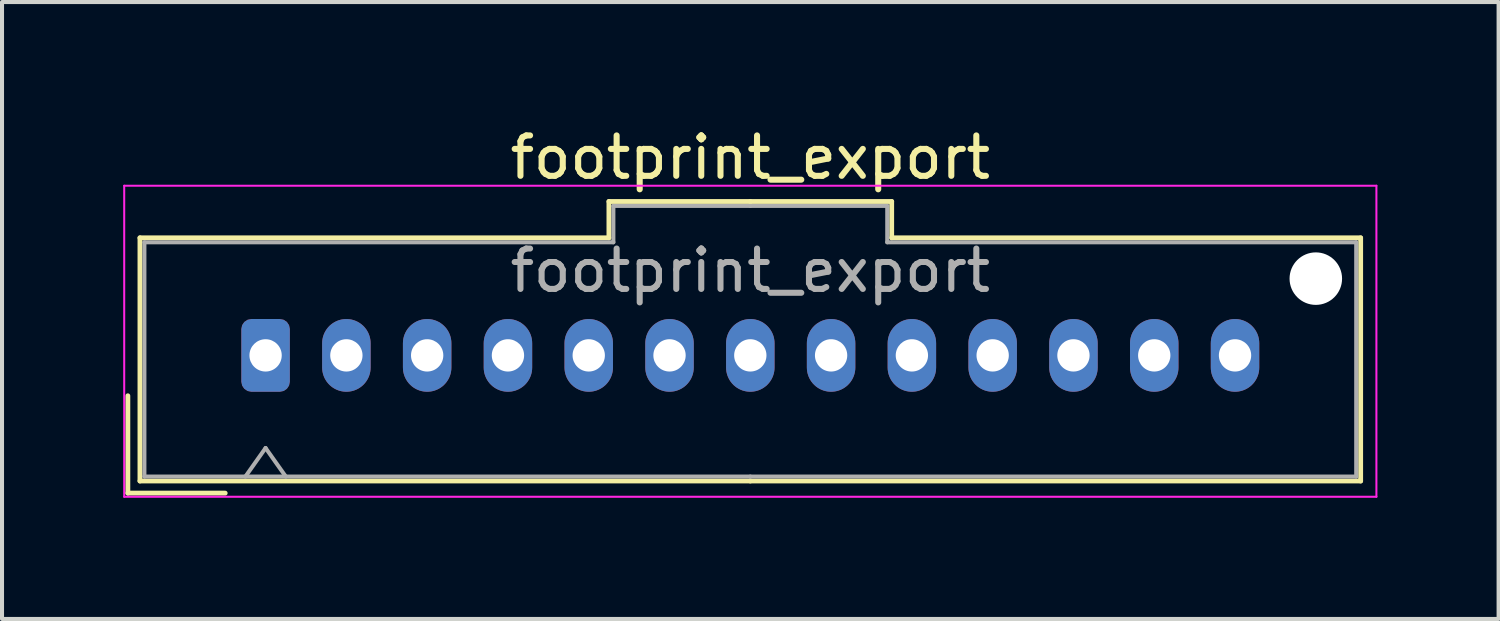
<source format=kicad_pcb>
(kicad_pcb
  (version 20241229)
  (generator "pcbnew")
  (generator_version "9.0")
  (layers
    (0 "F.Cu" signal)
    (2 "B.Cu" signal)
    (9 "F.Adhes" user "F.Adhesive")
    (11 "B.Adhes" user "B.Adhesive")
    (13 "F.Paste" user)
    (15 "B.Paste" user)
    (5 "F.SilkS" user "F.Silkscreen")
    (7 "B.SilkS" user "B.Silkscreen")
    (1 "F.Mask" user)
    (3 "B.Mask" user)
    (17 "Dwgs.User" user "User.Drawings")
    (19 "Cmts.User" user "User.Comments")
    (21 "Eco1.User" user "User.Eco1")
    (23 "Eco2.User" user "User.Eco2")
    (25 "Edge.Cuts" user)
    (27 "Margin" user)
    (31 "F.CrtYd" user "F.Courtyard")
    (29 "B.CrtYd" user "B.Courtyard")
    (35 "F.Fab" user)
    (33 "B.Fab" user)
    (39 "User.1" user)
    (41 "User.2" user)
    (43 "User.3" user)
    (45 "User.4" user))
  (footprint "footprint_export"
    (layer "F.Cu")
    (at 3.525 5.748)
    (property "Reference" "footprint_export" (at 12 -4.9 0) (layer "F.SilkS") (effects (font (size 1 1) (thickness 0.15))))
    (attr through_hole)
    (fp_line (start -3.41 1) (end -3.41 3.41) (stroke (width 0.12) (type solid)) (layer "F.SilkS"))
    (fp_line (start -3.41 3.41) (end -1 3.41) (stroke (width 0.12) (type solid)) (layer "F.SilkS"))
    (fp_line (start -3.11 -2.91) (end -3.11 3.11) (stroke (width 0.12) (type solid)) (layer "F.SilkS"))
    (fp_line (start -3.11 3.11) (end 12 3.11) (stroke (width 0.12) (type solid)) (layer "F.SilkS"))
    (fp_line (start 8.5 -3.81) (end 8.5 -2.91) (stroke (width 0.12) (type solid)) (layer "F.SilkS"))
    (fp_line (start 8.5 -2.91) (end -3.11 -2.91) (stroke (width 0.12) (type solid)) (layer "F.SilkS"))
    (fp_line (start 12 -3.81) (end 8.5 -3.81) (stroke (width 0.12) (type solid)) (layer "F.SilkS"))
    (fp_line (start 12 -3.81) (end 15.5 -3.81) (stroke (width 0.12) (type solid)) (layer "F.SilkS"))
    (fp_line (start 15.5 -3.81) (end 15.5 -2.91) (stroke (width 0.12) (type solid)) (layer "F.SilkS"))
    (fp_line (start 15.5 -2.91) (end 27.11 -2.91) (stroke (width 0.12) (type solid)) (layer "F.SilkS"))
    (fp_line (start 27.11 -2.91) (end 27.11 3.11) (stroke (width 0.12) (type solid)) (layer "F.SilkS"))
    (fp_line (start 27.11 3.11) (end 12 3.11) (stroke (width 0.12) (type solid)) (layer "F.SilkS"))
    (fp_line (start -3.5 -4.2) (end -3.5 3.5) (stroke (width 0.05) (type solid)) (layer "F.CrtYd"))
    (fp_line (start -3.5 3.5) (end 27.5 3.5) (stroke (width 0.05) (type solid)) (layer "F.CrtYd"))
    (fp_line (start 27.5 -4.2) (end -3.5 -4.2) (stroke (width 0.05) (type solid)) (layer "F.CrtYd"))
    (fp_line (start 27.5 3.5) (end 27.5 -4.2) (stroke (width 0.05) (type solid)) (layer "F.CrtYd"))
    (fp_line (start -3 -2.8) (end -3 3) (stroke (width 0.1) (type solid)) (layer "F.Fab"))
    (fp_line (start -3 3) (end 12 3) (stroke (width 0.1) (type solid)) (layer "F.Fab"))
    (fp_line (start -0.5 3) (end 0 2.293) (stroke (width 0.1) (type solid)) (layer "F.Fab"))
    (fp_line (start 0 2.293) (end 0.5 3) (stroke (width 0.1) (type solid)) (layer "F.Fab"))
    (fp_line (start 8.61 -3.7) (end 8.61 -2.8) (stroke (width 0.1) (type solid)) (layer "F.Fab"))
    (fp_line (start 8.61 -2.8) (end -3 -2.8) (stroke (width 0.1) (type solid)) (layer "F.Fab"))
    (fp_line (start 12 -3.7) (end 8.61 -3.7) (stroke (width 0.1) (type solid)) (layer "F.Fab"))
    (fp_line (start 12 -3.7) (end 15.39 -3.7) (stroke (width 0.1) (type solid)) (layer "F.Fab"))
    (fp_line (start 15.39 -3.7) (end 15.39 -2.8) (stroke (width 0.1) (type solid)) (layer "F.Fab"))
    (fp_line (start 15.39 -2.8) (end 27 -2.8) (stroke (width 0.1) (type solid)) (layer "F.Fab"))
    (fp_line (start 27 -2.8) (end 27 3) (stroke (width 0.1) (type solid)) (layer "F.Fab"))
    (fp_line (start 27 3) (end 12 3) (stroke (width 0.1) (type solid)) (layer "F.Fab"))
    (fp_text user "${REFERENCE}" (at 12 -2.1 0) (layer "F.Fab") (effects (font (size 1 1) (thickness 0.15))))
    (pad "" np_thru_hole circle (at 26 -1.9) (size 1.3 1.3) (drill 1.3) (layers "*.Cu" "*.Mask"))
    (pad "1" thru_hole roundrect (at 0 0) (size 1.2 1.8) (drill 0.8) (layers "*.Cu" "*.Mask") (roundrect_rratio 0.208))
    (pad "2" thru_hole oval (at 2 0) (size 1.2 1.8) (drill 0.8) (layers "*.Cu" "*.Mask"))
    (pad "3" thru_hole oval (at 4 0) (size 1.2 1.8) (drill 0.8) (layers "*.Cu" "*.Mask"))
    (pad "4" thru_hole oval (at 6 0) (size 1.2 1.8) (drill 0.8) (layers "*.Cu" "*.Mask"))
    (pad "5" thru_hole oval (at 8 0) (size 1.2 1.8) (drill 0.8) (layers "*.Cu" "*.Mask"))
    (pad "6" thru_hole oval (at 10 0) (size 1.2 1.8) (drill 0.8) (layers "*.Cu" "*.Mask"))
    (pad "7" thru_hole oval (at 12 0) (size 1.2 1.8) (drill 0.8) (layers "*.Cu" "*.Mask"))
    (pad "8" thru_hole oval (at 14 0) (size 1.2 1.8) (drill 0.8) (layers "*.Cu" "*.Mask"))
    (pad "9" thru_hole oval (at 16 0) (size 1.2 1.8) (drill 0.8) (layers "*.Cu" "*.Mask"))
    (pad "10" thru_hole oval (at 18 0) (size 1.2 1.8) (drill 0.8) (layers "*.Cu" "*.Mask"))
    (pad "11" thru_hole oval (at 20 0) (size 1.2 1.8) (drill 0.8) (layers "*.Cu" "*.Mask"))
    (pad "12" thru_hole oval (at 22 0) (size 1.2 1.8) (drill 0.8) (layers "*.Cu" "*.Mask"))
    (pad "13" thru_hole oval (at 24 0) (size 1.2 1.8) (drill 0.8) (layers "*.Cu" "*.Mask")))
  (gr_rect
    (start -3 -3)
    (end 34.05 12.273)
    (stroke (width 0.1) (type default))
    (fill no)
    (layer "Edge.Cuts")))
</source>
